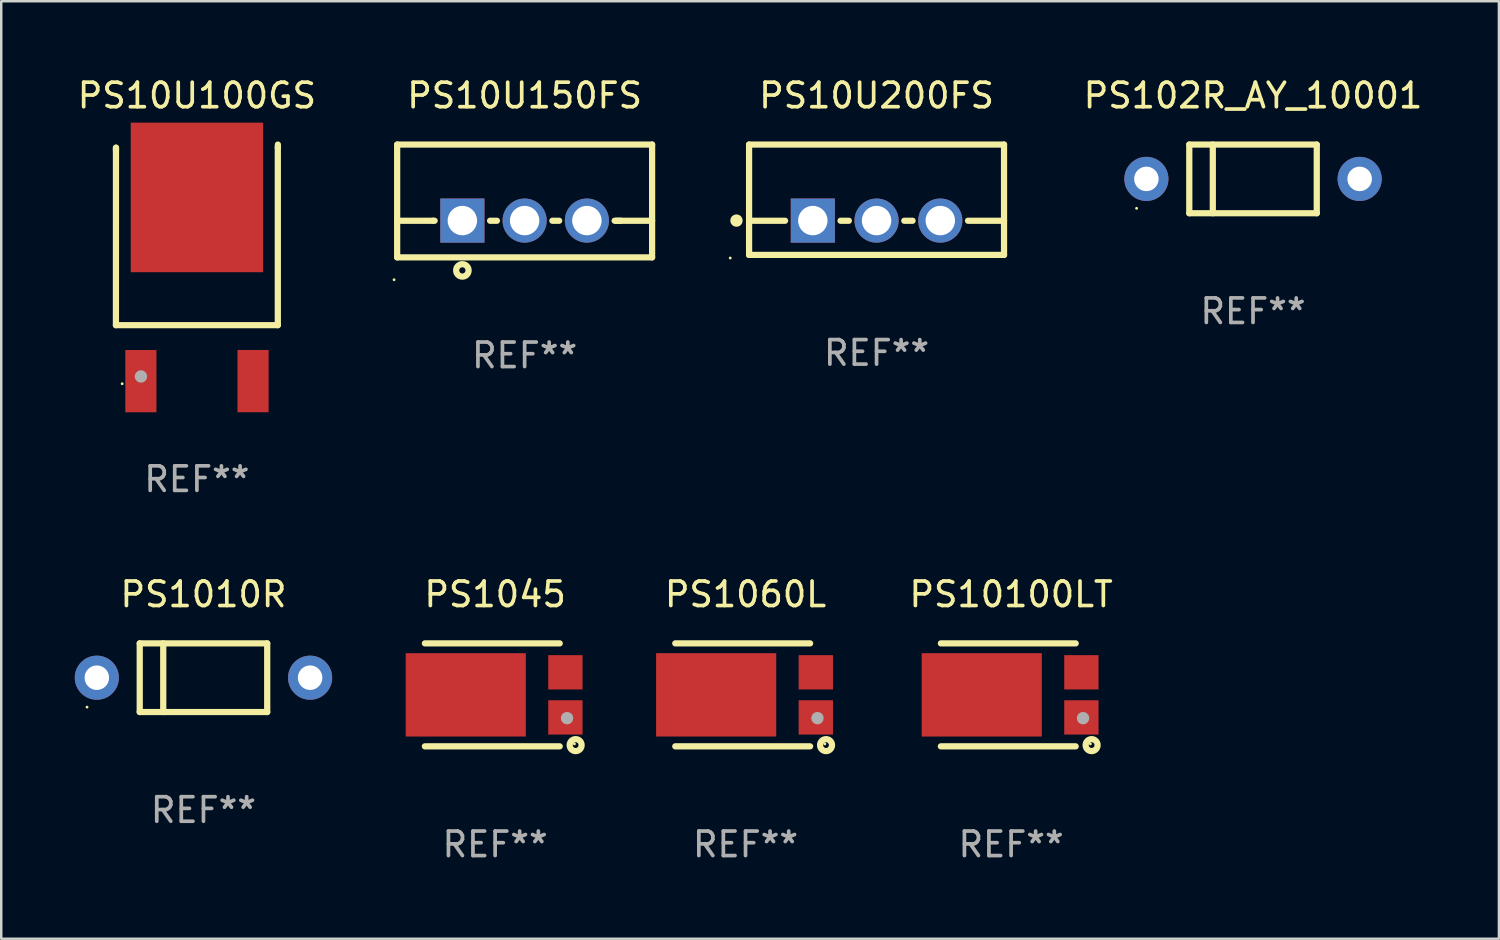
<source format=kicad_pcb>
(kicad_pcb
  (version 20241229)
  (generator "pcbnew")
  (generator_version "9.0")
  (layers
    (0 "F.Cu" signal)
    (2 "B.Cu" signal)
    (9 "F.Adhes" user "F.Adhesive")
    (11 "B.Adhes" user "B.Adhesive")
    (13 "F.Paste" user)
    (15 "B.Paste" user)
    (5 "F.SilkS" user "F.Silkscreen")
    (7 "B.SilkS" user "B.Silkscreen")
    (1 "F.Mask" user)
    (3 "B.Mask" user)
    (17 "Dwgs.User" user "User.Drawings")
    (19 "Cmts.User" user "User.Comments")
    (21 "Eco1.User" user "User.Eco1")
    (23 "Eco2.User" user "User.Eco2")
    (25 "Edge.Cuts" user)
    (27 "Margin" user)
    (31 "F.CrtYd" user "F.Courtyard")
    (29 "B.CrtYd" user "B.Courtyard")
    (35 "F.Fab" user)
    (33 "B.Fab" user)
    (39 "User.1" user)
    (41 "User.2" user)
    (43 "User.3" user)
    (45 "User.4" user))
  (footprint "PS1060L"
    (layer "F.Cu")
    (at 27.362 25.295)
    (property "Reference" "PS1060L" (at 0 -4.1 0) (layer "F.SilkS") (effects (font (size 1 1) (thickness 0.15))))
    (attr through_hole)
    (fp_line (start -2.866 2.1) (end 2.634 2.1) (stroke (width 0.254) (type solid)) (layer "F.SilkS"))
    (fp_line (start 2.634 -2.1) (end -2.866 -2.1) (stroke (width 0.254) (type solid)) (layer "F.SilkS"))
    (fp_circle (center 3.234 2) (end 3.264 2) (stroke (width 0.06) (type solid)) (fill no) (layer "F.SilkS"))
    (fp_circle (center 3.284 2.05) (end 3.401 2.05) (stroke (width 0.254) (type solid)) (fill no) (layer "F.SilkS"))
    (fp_circle (center 2.934 0.95) (end 3.061 0.95) (stroke (width 0.254) (type solid)) (fill no) (layer "F.Fab"))
    (fp_text user "REF**" (at 0 6.1 0) (layer "F.Fab") (effects (font (size 1 1) (thickness 0.15))))
    (pad "1" smd rect (at 2.866 0.92 90) (size 1.4 1.4) (layers "F.Cu" "F.Mask" "F.Paste"))
    (pad "2" smd rect (at 2.866 -0.92 90) (size 1.4 1.4) (layers "F.Cu" "F.Mask" "F.Paste"))
    (pad "3" smd rect (at -1.198 0 90) (size 3.4 4.9) (layers "F.Cu" "F.Mask" "F.Paste")))
  (footprint "PS1045"
    (layer "F.Cu")
    (at 17.148 25.295)
    (property "Reference" "PS1045" (at 0 -4.1 0) (layer "F.SilkS") (effects (font (size 1 1) (thickness 0.15))))
    (attr through_hole)
    (fp_line (start -2.866 2.1) (end 2.634 2.1) (stroke (width 0.254) (type solid)) (layer "F.SilkS"))
    (fp_line (start 2.634 -2.1) (end -2.866 -2.1) (stroke (width 0.254) (type solid)) (layer "F.SilkS"))
    (fp_circle (center 3.234 2) (end 3.264 2) (stroke (width 0.06) (type solid)) (fill no) (layer "F.SilkS"))
    (fp_circle (center 3.284 2.05) (end 3.401 2.05) (stroke (width 0.254) (type solid)) (fill no) (layer "F.SilkS"))
    (fp_circle (center 2.934 0.95) (end 3.061 0.95) (stroke (width 0.254) (type solid)) (fill no) (layer "F.Fab"))
    (fp_text user "REF**" (at 0 6.1 0) (layer "F.Fab") (effects (font (size 1 1) (thickness 0.15))))
    (pad "1" smd rect (at 2.866 0.92 90) (size 1.4 1.4) (layers "F.Cu" "F.Mask" "F.Paste"))
    (pad "2" smd rect (at 2.866 -0.92 90) (size 1.4 1.4) (layers "F.Cu" "F.Mask" "F.Paste"))
    (pad "3" smd rect (at -1.198 0 90) (size 3.4 4.9) (layers "F.Cu" "F.Mask" "F.Paste")))
  (footprint "PS10U200FS"
    (layer "F.Cu")
    (at 32.707 5.098)
    (property "Reference" "PS10U200FS" (at 0 -4.25 0) (layer "F.SilkS") (effects (font (size 1 1) (thickness 0.15))))
    (attr through_hole)
    (fp_line (start -5.2 -2.25) (end -5.2 2.25) (stroke (width 0.254) (type solid)) (layer "F.SilkS"))
    (fp_line (start -5.2 -2.25) (end 5.2 -2.25) (stroke (width 0.254) (type solid)) (layer "F.SilkS"))
    (fp_line (start -5.2 0.857) (end -3.731 0.857) (stroke (width 0.254) (type solid)) (layer "F.SilkS"))
    (fp_line (start -5.2 2.25) (end 5.2 2.25) (stroke (width 0.254) (type solid)) (layer "F.SilkS"))
    (fp_line (start -1.469 0.857) (end -1.131 0.857) (stroke (width 0.254) (type solid)) (layer "F.SilkS"))
    (fp_line (start 1.131 0.857) (end 1.469 0.857) (stroke (width 0.254) (type solid)) (layer "F.SilkS"))
    (fp_line (start 3.731 0.857) (end 5.2 0.857) (stroke (width 0.254) (type solid)) (layer "F.SilkS"))
    (fp_line (start 5.2 -2.25) (end 5.2 2.25) (stroke (width 0.254) (type solid)) (layer "F.SilkS"))
    (fp_circle (center -5.969 2.377) (end -5.939 2.377) (stroke (width 0.06) (type solid)) (fill no) (layer "F.SilkS"))
    (fp_circle (center -5.715 0.85) (end -5.588 0.85) (stroke (width 0.254) (type solid)) (fill no) (layer "F.SilkS"))
    (fp_text user "REF**" (at 0 6.25 0) (layer "F.Fab") (effects (font (size 1 1) (thickness 0.15))))
    (pad "1" thru_hole rect (at -2.6 0.85) (size 1.8 1.8) (drill 1.2) (layers "*.Cu" "*.Mask"))
    (pad "2" thru_hole circle (at 0 0.85) (size 1.8 1.8) (drill 1.2) (layers "*.Cu" "*.Mask"))
    (pad "3" thru_hole circle (at 2.6 0.85) (size 1.8 1.8) (drill 1.2) (layers "*.Cu" "*.Mask")))
  (footprint "PS10U150FS"
    (layer "F.Cu")
    (at 18.351 5.148)
    (property "Reference" "PS10U150FS" (at 0 -4.3 0) (layer "F.SilkS") (effects (font (size 1 1) (thickness 0.15))))
    (attr through_hole)
    (fp_line (start -5.2 -2.3) (end -5.2 2.3) (stroke (width 0.254) (type solid)) (layer "F.SilkS"))
    (fp_line (start -5.2 -2.3) (end 5.2 -2.3) (stroke (width 0.254) (type solid)) (layer "F.SilkS"))
    (fp_line (start -5.2 0.807) (end -3.731 0.807) (stroke (width 0.254) (type solid)) (layer "F.SilkS"))
    (fp_line (start -5.2 2.3) (end 5.2 2.3) (stroke (width 0.254) (type solid)) (layer "F.SilkS"))
    (fp_line (start -3.731 0.807) (end -3.671 0.807) (stroke (width 0.254) (type solid)) (layer "F.SilkS"))
    (fp_line (start -1.409 0.807) (end -1.131 0.807) (stroke (width 0.254) (type solid)) (layer "F.SilkS"))
    (fp_line (start 1.131 0.807) (end 1.409 0.807) (stroke (width 0.254) (type solid)) (layer "F.SilkS"))
    (fp_line (start 3.671 0.807) (end 3.926 0.807) (stroke (width 0.254) (type solid)) (layer "F.SilkS"))
    (fp_line (start 3.731 0.807) (end 5.2 0.807) (stroke (width 0.254) (type solid)) (layer "F.SilkS"))
    (fp_line (start 5.2 -2.3) (end 5.2 2.3) (stroke (width 0.254) (type solid)) (layer "F.SilkS"))
    (fp_circle (center -5.327 3.213) (end -5.297 3.213) (stroke (width 0.06) (type solid)) (fill no) (layer "F.SilkS"))
    (fp_circle (center -2.54 2.832) (end -2.286 2.832) (stroke (width 0.254) (type solid)) (fill no) (layer "F.SilkS"))
    (fp_text user "REF**" (at 0 6.3 0) (layer "F.Fab") (effects (font (size 1 1) (thickness 0.15))))
    (pad "1" thru_hole rect (at -2.54 0.8) (size 1.8 1.8) (drill 1.2) (layers "*.Cu" "*.Mask"))
    (pad "2" thru_hole circle (at 0 0.8) (size 1.8 1.8) (drill 1.2) (layers "*.Cu" "*.Mask"))
    (pad "3" thru_hole circle (at 2.54 0.8) (size 1.8 1.8) (drill 1.2) (layers "*.Cu" "*.Mask")))
  (footprint "PS102R_AY_10001"
    (layer "F.Cu")
    (at 48.064 4.248)
    (property "Reference" "PS102R_AY_10001" (at 0 -3.4 0) (layer "F.SilkS") (effects (font (size 1 1) (thickness 0.15))))
    (attr through_hole)
    (fp_line (start -2.6 -1.4) (end -2.6 1.4) (stroke (width 0.254) (type solid)) (layer "F.SilkS"))
    (fp_line (start -2.6 -1.4) (end 2.6 -1.4) (stroke (width 0.254) (type solid)) (layer "F.SilkS"))
    (fp_line (start -2.6 1.4) (end 2.6 1.4) (stroke (width 0.254) (type solid)) (layer "F.SilkS"))
    (fp_line (start -1.641 -1.4) (end -1.641 1.4) (stroke (width 0.254) (type solid)) (layer "F.SilkS"))
    (fp_line (start 2.6 -1.4) (end 2.6 1.4) (stroke (width 0.254) (type solid)) (layer "F.SilkS"))
    (fp_circle (center -4.75 1.2) (end -4.72 1.2) (stroke (width 0.06) (type solid)) (fill no) (layer "F.SilkS"))
    (fp_text user "REF**" (at 0 5.4 0) (layer "F.Fab") (effects (font (size 1 1) (thickness 0.15))))
    (pad "1" thru_hole circle (at -4.35 0) (size 1.8 1.8) (drill 1) (layers "*.Cu" "*.Mask"))
    (pad "2" thru_hole circle (at 4.35 0) (size 1.8 1.8) (drill 1) (layers "*.Cu" "*.Mask")))
  (footprint "PS10U100GS"
    (layer "F.Cu")
    (at 4.982 7.673)
    (property "Reference" "PS10U100GS" (at 0 -6.825 0) (layer "F.SilkS") (effects (font (size 1 1) (thickness 0.15))))
    (attr through_hole)
    (fp_line (start -3.303 2.541) (end 3.301 2.541) (stroke (width 0.254) (type solid)) (layer "F.SilkS"))
    (fp_line (start -3.301 -4.698) (end -3.303 2.541) (stroke (width 0.254) (type solid)) (layer "F.SilkS"))
    (fp_line (start -3.301 -4.571) (end -3.301 -4.698) (stroke (width 0.254) (type solid)) (layer "F.SilkS"))
    (fp_line (start 3.301 -4.698) (end 3.303 -4.825) (stroke (width 0.254) (type solid)) (layer "F.SilkS"))
    (fp_line (start 3.301 2.541) (end 3.301 -4.698) (stroke (width 0.254) (type solid)) (layer "F.SilkS"))
    (fp_circle (center -3.049 4.931) (end -3.019 4.931) (stroke (width 0.06) (type solid)) (fill no) (layer "F.SilkS"))
    (fp_circle (center -2.283 4.634) (end -2.156 4.634) (stroke (width 0.254) (type solid)) (fill no) (layer "F.Fab"))
    (fp_text user "REF**" (at 0 8.825 0) (layer "F.Fab") (effects (font (size 1 1) (thickness 0.15))))
    (pad "1" smd rect (at -2.285 4.825 270) (size 2.54 1.27) (layers "F.Cu" "F.Mask" "F.Paste"))
    (pad "2" smd rect (at 0.001 -2.669 270) (size 6.1 5.4) (layers "F.Cu" "F.Mask" "F.Paste"))
    (pad "3" smd rect (at 2.291 4.823 270) (size 2.54 1.27) (layers "F.Cu" "F.Mask" "F.Paste")))
  (footprint "PS1010R"
    (layer "F.Cu")
    (at 5.25 24.595)
    (property "Reference" "PS1010R" (at 0 -3.4 0) (layer "F.SilkS") (effects (font (size 1 1) (thickness 0.15))))
    (attr through_hole)
    (fp_line (start -2.6 -1.4) (end -2.6 1.4) (stroke (width 0.254) (type solid)) (layer "F.SilkS"))
    (fp_line (start -2.6 -1.4) (end 2.6 -1.4) (stroke (width 0.254) (type solid)) (layer "F.SilkS"))
    (fp_line (start -2.6 1.4) (end 2.6 1.4) (stroke (width 0.254) (type solid)) (layer "F.SilkS"))
    (fp_line (start -1.641 -1.4) (end -1.641 1.4) (stroke (width 0.254) (type solid)) (layer "F.SilkS"))
    (fp_line (start 2.6 -1.4) (end 2.6 1.4) (stroke (width 0.254) (type solid)) (layer "F.SilkS"))
    (fp_circle (center -4.75 1.2) (end -4.72 1.2) (stroke (width 0.06) (type solid)) (fill no) (layer "F.SilkS"))
    (fp_text user "REF**" (at 0 5.4 0) (layer "F.Fab") (effects (font (size 1 1) (thickness 0.15))))
    (pad "1" thru_hole circle (at -4.35 0) (size 1.8 1.8) (drill 1) (layers "*.Cu" "*.Mask"))
    (pad "2" thru_hole circle (at 4.35 0) (size 1.8 1.8) (drill 1) (layers "*.Cu" "*.Mask")))
  (footprint "PS10100LT"
    (layer "F.Cu")
    (at 38.196 25.295)
    (property "Reference" "PS10100LT" (at 0 -4.1 0) (layer "F.SilkS") (effects (font (size 1 1) (thickness 0.15))))
    (attr through_hole)
    (fp_line (start -2.866 2.1) (end 2.634 2.1) (stroke (width 0.254) (type solid)) (layer "F.SilkS"))
    (fp_line (start 2.634 -2.1) (end -2.866 -2.1) (stroke (width 0.254) (type solid)) (layer "F.SilkS"))
    (fp_circle (center 3.234 2) (end 3.264 2) (stroke (width 0.06) (type solid)) (fill no) (layer "F.SilkS"))
    (fp_circle (center 3.284 2.05) (end 3.401 2.05) (stroke (width 0.254) (type solid)) (fill no) (layer "F.SilkS"))
    (fp_circle (center 2.934 0.95) (end 3.061 0.95) (stroke (width 0.254) (type solid)) (fill no) (layer "F.Fab"))
    (fp_text user "REF**" (at 0 6.1 0) (layer "F.Fab") (effects (font (size 1 1) (thickness 0.15))))
    (pad "1" smd rect (at 2.866 0.92 90) (size 1.4 1.4) (layers "F.Cu" "F.Mask" "F.Paste"))
    (pad "2" smd rect (at 2.866 -0.92 90) (size 1.4 1.4) (layers "F.Cu" "F.Mask" "F.Paste"))
    (pad "3" smd rect (at -1.198 0 90) (size 3.4 4.9) (layers "F.Cu" "F.Mask" "F.Paste")))
  (gr_rect
    (start -3 -3)
    (end 58.094 35.243)
    (stroke (width 0.1) (type default))
    (fill no)
    (layer "Edge.Cuts")))
</source>
